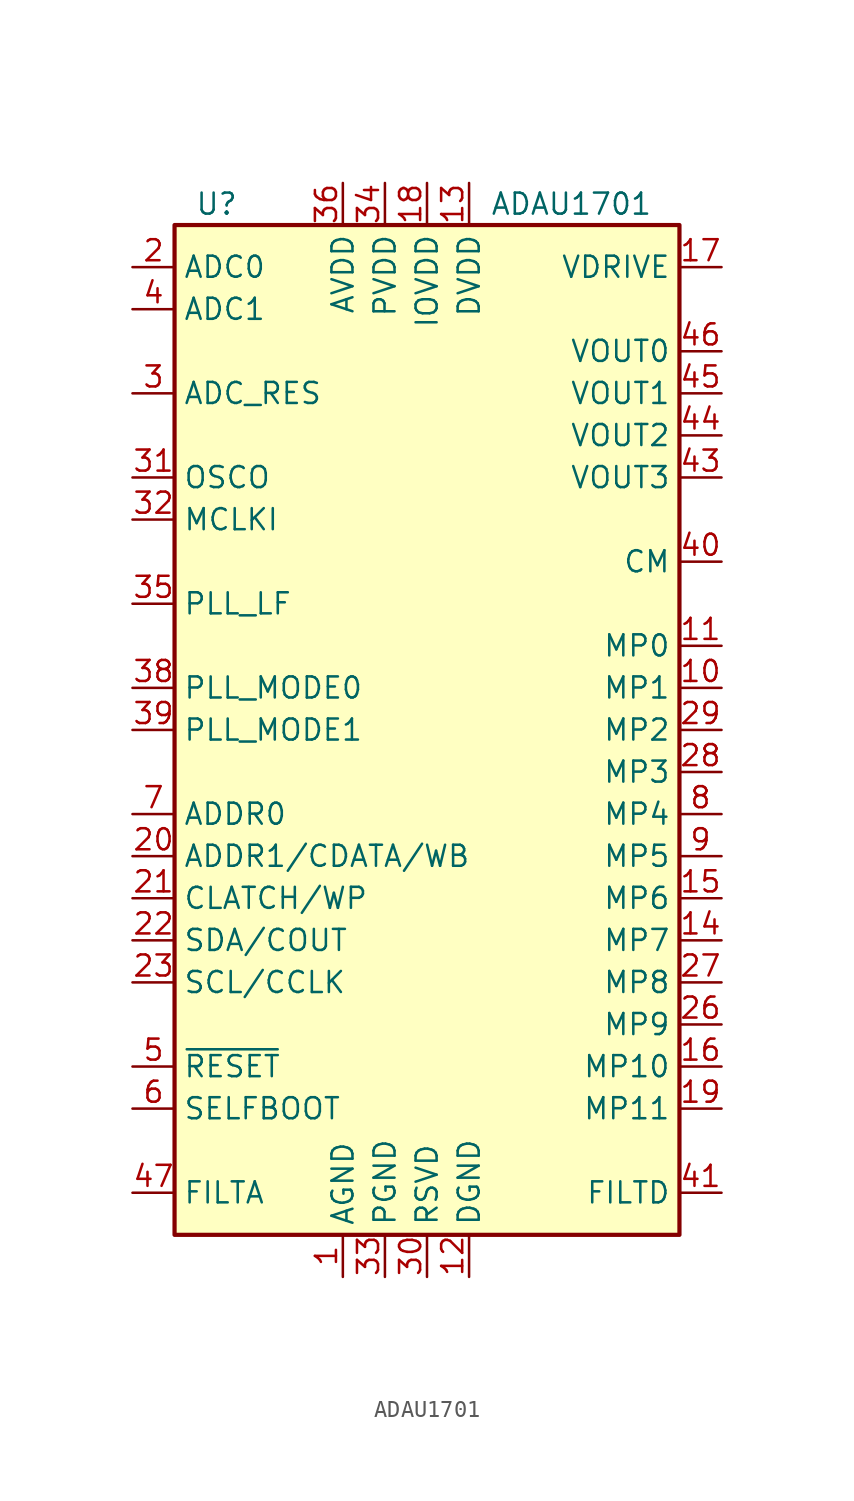
<source format=kicad_sym>
(kicad_symbol_lib
  (version 20220914)
  (generator kicad_symbol_editor)
  (symbol "ADAU1701"
    (property "Reference" "U"
      (at -12.7 31.75 0)
      (effects (font (size 1.27 1.27))))
    (property "Value" "ADAU1701"
      (at 3.81 31.75 0)
      (effects (font (size 1.27 1.27)) (justify left)))
    (symbol "ADAU1701_0_1"
      (rectangle (start -15.24 30.48) (end 15.24 -30.48) (stroke (width 0.254) (type default)) (fill (type background))))
    (symbol "ADAU1701_1_1"
      (pin power_in line (at -5.08 -33.02 90) (length 2.54) (name "AGND" (effects (font (size 1.27 1.27)))) (number "1" (effects (font (size 1.27 1.27)))))
      (pin bidirectional line (at 17.78 2.54 180) (length 2.54) (name "MP1" (effects (font (size 1.27 1.27)))) (number "10" (effects (font (size 1.27 1.27)))))
      (pin bidirectional line (at 17.78 5.08 180) (length 2.54) (name "MP0" (effects (font (size 1.27 1.27)))) (number "11" (effects (font (size 1.27 1.27)))))
      (pin power_in line (at 2.54 -33.02 90) (length 2.54) (name "DGND" (effects (font (size 1.27 1.27)))) (number "12" (effects (font (size 1.27 1.27)))))
      (pin power_in line (at 2.54 33.02 270) (length 2.54) (name "DVDD" (effects (font (size 1.27 1.27)))) (number "13" (effects (font (size 1.27 1.27)))))
      (pin bidirectional line (at 17.78 -12.7 180) (length 2.54) (name "MP7" (effects (font (size 1.27 1.27)))) (number "14" (effects (font (size 1.27 1.27)))))
      (pin bidirectional line (at 17.78 -10.16 180) (length 2.54) (name "MP6" (effects (font (size 1.27 1.27)))) (number "15" (effects (font (size 1.27 1.27)))))
      (pin bidirectional line (at 17.78 -20.32 180) (length 2.54) (name "MP10" (effects (font (size 1.27 1.27)))) (number "16" (effects (font (size 1.27 1.27)))))
      (pin output line (at 17.78 27.94 180) (length 2.54) (name "VDRIVE" (effects (font (size 1.27 1.27)))) (number "17" (effects (font (size 1.27 1.27)))))
      (pin power_in line (at 0 33.02 270) (length 2.54) (name "IOVDD" (effects (font (size 1.27 1.27)))) (number "18" (effects (font (size 1.27 1.27)))))
      (pin bidirectional line (at 17.78 -22.86 180) (length 2.54) (name "MP11" (effects (font (size 1.27 1.27)))) (number "19" (effects (font (size 1.27 1.27)))))
      (pin input line (at -17.78 27.94 0) (length 2.54) (name "ADC0" (effects (font (size 1.27 1.27)))) (number "2" (effects (font (size 1.27 1.27)))))
      (pin input line (at -17.78 -7.62 0) (length 2.54) (name "ADDR1/CDATA/WB" (effects (font (size 1.27 1.27)))) (number "20" (effects (font (size 1.27 1.27)))))
      (pin bidirectional line (at -17.78 -10.16 0) (length 2.54) (name "CLATCH/WP" (effects (font (size 1.27 1.27)))) (number "21" (effects (font (size 1.27 1.27)))))
      (pin bidirectional line (at -17.78 -12.7 0) (length 2.54) (name "SDA/COUT" (effects (font (size 1.27 1.27)))) (number "22" (effects (font (size 1.27 1.27)))))
      (pin bidirectional line (at -17.78 -15.24 0) (length 2.54) (name "SCL/CCLK" (effects (font (size 1.27 1.27)))) (number "23" (effects (font (size 1.27 1.27)))))
      (pin passive line (at 2.54 33.02 270) (length 2.54) hide (name "DVDD" (effects (font (size 1.27 1.27)))) (number "24" (effects (font (size 1.27 1.27)))))
      (pin passive line (at 2.54 -33.02 90) (length 2.54) hide (name "DGND" (effects (font (size 1.27 1.27)))) (number "25" (effects (font (size 1.27 1.27)))))
      (pin bidirectional line (at 17.78 -17.78 180) (length 2.54) (name "MP9" (effects (font (size 1.27 1.27)))) (number "26" (effects (font (size 1.27 1.27)))))
      (pin bidirectional line (at 17.78 -15.24 180) (length 2.54) (name "MP8" (effects (font (size 1.27 1.27)))) (number "27" (effects (font (size 1.27 1.27)))))
      (pin bidirectional line (at 17.78 -2.54 180) (length 2.54) (name "MP3" (effects (font (size 1.27 1.27)))) (number "28" (effects (font (size 1.27 1.27)))))
      (pin bidirectional line (at 17.78 0 180) (length 2.54) (name "MP2" (effects (font (size 1.27 1.27)))) (number "29" (effects (font (size 1.27 1.27)))))
      (pin passive line (at -17.78 20.32 0) (length 2.54) (name "ADC_RES" (effects (font (size 1.27 1.27)))) (number "3" (effects (font (size 1.27 1.27)))))
      (pin passive line (at 0 -33.02 90) (length 2.54) (name "RSVD" (effects (font (size 1.27 1.27)))) (number "30" (effects (font (size 1.27 1.27)))))
      (pin passive line (at -17.78 15.24 0) (length 2.54) (name "OSCO" (effects (font (size 1.27 1.27)))) (number "31" (effects (font (size 1.27 1.27)))))
      (pin passive line (at -17.78 12.7 0) (length 2.54) (name "MCLKI" (effects (font (size 1.27 1.27)))) (number "32" (effects (font (size 1.27 1.27)))))
      (pin power_in line (at -2.54 -33.02 90) (length 2.54) (name "PGND" (effects (font (size 1.27 1.27)))) (number "33" (effects (font (size 1.27 1.27)))))
      (pin power_in line (at -2.54 33.02 270) (length 2.54) (name "PVDD" (effects (font (size 1.27 1.27)))) (number "34" (effects (font (size 1.27 1.27)))))
      (pin passive line (at -17.78 7.62 0) (length 2.54) (name "PLL_LF" (effects (font (size 1.27 1.27)))) (number "35" (effects (font (size 1.27 1.27)))))
      (pin power_in line (at -5.08 33.02 270) (length 2.54) (name "AVDD" (effects (font (size 1.27 1.27)))) (number "36" (effects (font (size 1.27 1.27)))))
      (pin passive line (at -5.08 -33.02 90) (length 2.54) hide (name "AGND" (effects (font (size 1.27 1.27)))) (number "37" (effects (font (size 1.27 1.27)))))
      (pin input line (at -17.78 2.54 0) (length 2.54) (name "PLL_MODE0" (effects (font (size 1.27 1.27)))) (number "38" (effects (font (size 1.27 1.27)))))
      (pin input line (at -17.78 0 0) (length 2.54) (name "PLL_MODE1" (effects (font (size 1.27 1.27)))) (number "39" (effects (font (size 1.27 1.27)))))
      (pin input line (at -17.78 25.4 0) (length 2.54) (name "ADC1" (effects (font (size 1.27 1.27)))) (number "4" (effects (font (size 1.27 1.27)))))
      (pin output line (at 17.78 10.16 180) (length 2.54) (name "CM" (effects (font (size 1.27 1.27)))) (number "40" (effects (font (size 1.27 1.27)))))
      (pin output line (at 17.78 -27.94 180) (length 2.54) (name "FILTD" (effects (font (size 1.27 1.27)))) (number "41" (effects (font (size 1.27 1.27)))))
      (pin passive line (at -5.08 -33.02 90) (length 2.54) hide (name "AGND" (effects (font (size 1.27 1.27)))) (number "42" (effects (font (size 1.27 1.27)))))
      (pin output line (at 17.78 15.24 180) (length 2.54) (name "VOUT3" (effects (font (size 1.27 1.27)))) (number "43" (effects (font (size 1.27 1.27)))))
      (pin output line (at 17.78 17.78 180) (length 2.54) (name "VOUT2" (effects (font (size 1.27 1.27)))) (number "44" (effects (font (size 1.27 1.27)))))
      (pin output line (at 17.78 20.32 180) (length 2.54) (name "VOUT1" (effects (font (size 1.27 1.27)))) (number "45" (effects (font (size 1.27 1.27)))))
      (pin output line (at 17.78 22.86 180) (length 2.54) (name "VOUT0" (effects (font (size 1.27 1.27)))) (number "46" (effects (font (size 1.27 1.27)))))
      (pin output line (at -17.78 -27.94 0) (length 2.54) (name "FILTA" (effects (font (size 1.27 1.27)))) (number "47" (effects (font (size 1.27 1.27)))))
      (pin passive line (at -5.08 33.02 270) (length 2.54) hide (name "AVDD" (effects (font (size 1.27 1.27)))) (number "48" (effects (font (size 1.27 1.27)))))
      (pin input line (at -17.78 -20.32 0) (length 2.54) (name "~{RESET}" (effects (font (size 1.27 1.27)))) (number "5" (effects (font (size 1.27 1.27)))))
      (pin input line (at -17.78 -22.86 0) (length 2.54) (name "SELFBOOT" (effects (font (size 1.27 1.27)))) (number "6" (effects (font (size 1.27 1.27)))))
      (pin input line (at -17.78 -5.08 0) (length 2.54) (name "ADDR0" (effects (font (size 1.27 1.27)))) (number "7" (effects (font (size 1.27 1.27)))))
      (pin bidirectional line (at 17.78 -5.08 180) (length 2.54) (name "MP4" (effects (font (size 1.27 1.27)))) (number "8" (effects (font (size 1.27 1.27)))))
      (pin bidirectional line (at 17.78 -7.62 180) (length 2.54) (name "MP5" (effects (font (size 1.27 1.27)))) (number "9" (effects (font (size 1.27 1.27))))))))
</source>
